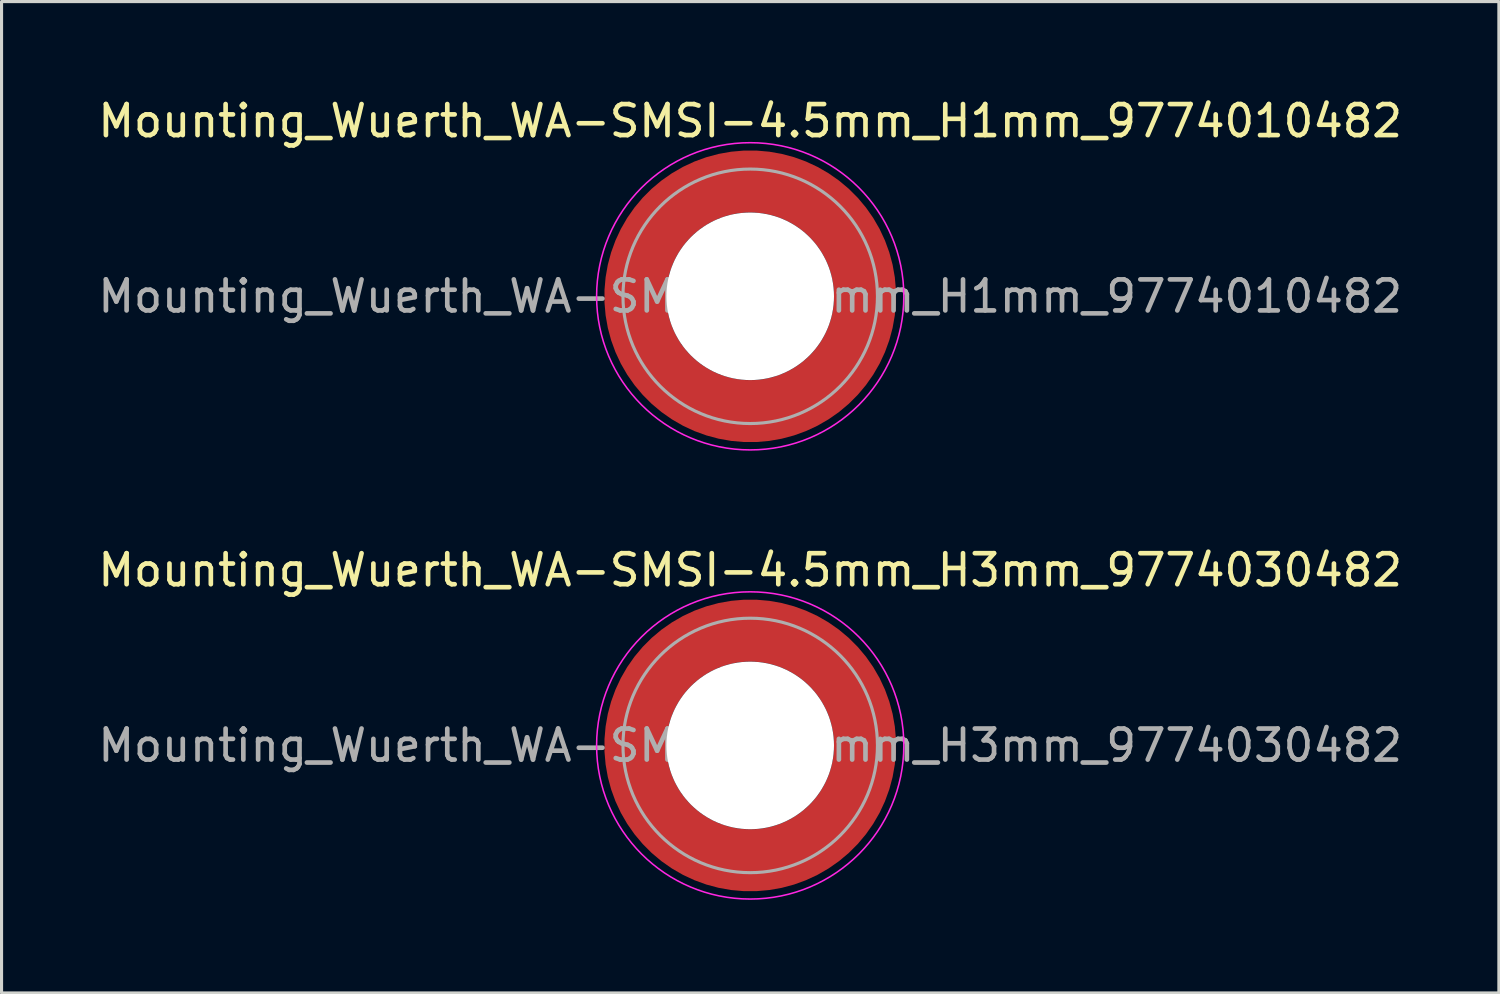
<source format=kicad_pcb>
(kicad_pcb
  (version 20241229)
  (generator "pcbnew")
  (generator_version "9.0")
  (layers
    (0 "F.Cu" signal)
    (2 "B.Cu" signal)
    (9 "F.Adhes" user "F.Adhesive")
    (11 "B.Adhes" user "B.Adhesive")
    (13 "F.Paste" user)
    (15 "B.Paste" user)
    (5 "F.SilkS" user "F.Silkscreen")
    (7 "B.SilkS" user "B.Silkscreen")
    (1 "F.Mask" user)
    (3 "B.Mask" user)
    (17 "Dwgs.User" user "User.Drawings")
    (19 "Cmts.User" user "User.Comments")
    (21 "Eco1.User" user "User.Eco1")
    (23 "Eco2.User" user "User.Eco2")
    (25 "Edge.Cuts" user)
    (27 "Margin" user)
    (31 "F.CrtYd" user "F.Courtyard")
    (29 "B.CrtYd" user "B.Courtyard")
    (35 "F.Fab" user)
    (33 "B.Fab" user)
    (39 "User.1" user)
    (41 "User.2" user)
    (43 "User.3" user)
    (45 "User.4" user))
  (footprint "Mounting_Wuerth_WA-SMSI-4.5mm_H1mm_9774010482"
    (layer "F.Cu")
    (at 21.125 6.498)
    (property "Reference" "Mounting_Wuerth_WA-SMSI-4.5mm_H1mm_9774010482" (at 0 -5.65 0) (layer "F.SilkS") (effects (font (size 1 1) (thickness 0.15))))
    (attr smd allow_soldermask_bridges)
    (fp_circle (center 0 0) (end 4.95 0) (stroke (width 0.05) (type solid)) (fill no) (layer "F.CrtYd"))
    (fp_circle (center 0 0) (end 4.1 0) (stroke (width 0.1) (type solid)) (fill no) (layer "F.Fab"))
    (fp_text user "${REFERENCE}" (at 0 0 0) (layer "F.Fab") (effects (font (size 1 1) (thickness 0.15))))
    (pad "" smd custom (at -2.607 -2.607) (size 0.948 0.948) (layers "F.Paste") (options (anchor circle)) (primitives (gr_arc (start -0.188183 2.107456) (mid 0.599273 0.599273) (end 2.107456 -0.188183) (width 0.2)) (gr_arc (start -0.289416 2.107456) (mid 0.52877 0.52877) (end 2.107456 -0.289416) (width 0.2)) (gr_arc (start -0.390547 2.107456) (mid 0.458268 0.458268) (end 2.107456 -0.390547) (width 0.2)) (gr_arc (start -0.491585 2.107456) (mid 0.387765 0.387765) (end 2.107456 -0.491585) (width 0.2)) (gr_arc (start -0.59254 2.107456) (mid 0.317262 0.317262) (end 2.107456 -0.59254) (width 0.2)) (gr_arc (start -0.693419 2.107456) (mid 0.246759 0.246759) (end 2.107456 -0.693419) (width 0.2)) (gr_arc (start -0.794229 2.107456) (mid 0.176257 0.176257) (end 2.107456 -0.794229) (width 0.2)) (gr_arc (start -0.894975 2.107456) (mid 0.105754 0.105754) (end 2.107456 -0.894975) (width 0.2)) (gr_arc (start -0.995664 2.107456) (mid 0.035251 0.035251) (end 2.107456 -0.995664) (width 0.2)) (gr_arc (start -1.0963 2.107456) (mid -0.035251 -0.035251) (end 2.107456 -1.0963) (width 0.2)) (gr_arc (start -1.196886 2.107456) (mid -0.105754 -0.105754) (end 2.107456 -1.196886) (width 0.2)) (gr_arc (start -1.297427 2.107456) (mid -0.176257 -0.176257) (end 2.107456 -1.297427) (width 0.2)) (gr_arc (start -1.397927 2.107456) (mid -0.246759 -0.246759) (end 2.107456 -1.397927) (width 0.2)) (gr_arc (start -1.498388 2.107456) (mid -0.317262 -0.317262) (end 2.107456 -1.498388) (width 0.2)) (gr_arc (start -1.598813 2.107456) (mid -0.387765 -0.387765) (end 2.107456 -1.598813) (width 0.2)) (gr_arc (start -1.699204 2.107456) (mid -0.458268 -0.458268) (end 2.107456 -1.699204) (width 0.2)) (gr_arc (start -1.799565 2.107456) (mid -0.52877 -0.52877) (end 2.107456 -1.799565) (width 0.2)) (gr_arc (start -1.899896 2.107456) (mid -0.599273 -0.599273) (end 2.107456 -1.899896) (width 0.2)) (gr_arc (start -1.899896 2.107456) (mid -0.599273 -0.599273) (end 2.107456 -1.899896) (width 0.2)) (gr_line (start 2.107 -0.188) (end 2.107 -1.9) (width 0.2)) (gr_line (start -0.188 2.107) (end -1.9 2.107) (width 0.2))))
    (pad "" smd custom (at -2.607 2.607) (size 0.948 0.948) (layers "F.Paste") (options (anchor circle)) (primitives (gr_arc (start 2.107456 0.188183) (mid 0.599273 -0.599273) (end -0.188183 -2.107456) (width 0.2)) (gr_arc (start 2.107456 0.289416) (mid 0.52877 -0.52877) (end -0.289416 -2.107456) (width 0.2)) (gr_arc (start 2.107456 0.390547) (mid 0.458268 -0.458268) (end -0.390547 -2.107456) (width 0.2)) (gr_arc (start 2.107456 0.491585) (mid 0.387765 -0.387765) (end -0.491585 -2.107456) (width 0.2)) (gr_arc (start 2.107456 0.59254) (mid 0.317262 -0.317262) (end -0.59254 -2.107456) (width 0.2)) (gr_arc (start 2.107456 0.693419) (mid 0.246759 -0.246759) (end -0.693419 -2.107456) (width 0.2)) (gr_arc (start 2.107456 0.794229) (mid 0.176257 -0.176257) (end -0.794229 -2.107456) (width 0.2)) (gr_arc (start 2.107456 0.894975) (mid 0.105754 -0.105754) (end -0.894975 -2.107456) (width 0.2)) (gr_arc (start 2.107456 0.995664) (mid 0.035251 -0.035251) (end -0.995664 -2.107456) (width 0.2)) (gr_arc (start 2.107456 1.0963) (mid -0.035251 0.035251) (end -1.0963 -2.107456) (width 0.2)) (gr_arc (start 2.107456 1.196886) (mid -0.105754 0.105754) (end -1.196886 -2.107456) (width 0.2)) (gr_arc (start 2.107456 1.297427) (mid -0.176257 0.176257) (end -1.297427 -2.107456) (width 0.2)) (gr_arc (start 2.107456 1.397927) (mid -0.246759 0.246759) (end -1.397927 -2.107456) (width 0.2)) (gr_arc (start 2.107456 1.498388) (mid -0.317262 0.317262) (end -1.498388 -2.107456) (width 0.2)) (gr_arc (start 2.107456 1.598813) (mid -0.387765 0.387765) (end -1.598813 -2.107456) (width 0.2)) (gr_arc (start 2.107456 1.699204) (mid -0.458268 0.458268) (end -1.699204 -2.107456) (width 0.2)) (gr_arc (start 2.107456 1.799565) (mid -0.52877 0.52877) (end -1.799565 -2.107456) (width 0.2)) (gr_arc (start 2.107456 1.899896) (mid -0.599273 0.599273) (end -1.899896 -2.107456) (width 0.2)) (gr_arc (start 2.107456 1.899896) (mid -0.599273 0.599273) (end -1.899896 -2.107456) (width 0.2)) (gr_line (start -0.188 -2.107) (end -1.9 -2.107) (width 0.2)) (gr_line (start 2.107 0.188) (end 2.107 1.9) (width 0.2))))
    (pad "" np_thru_hole circle (at 0 0) (size 5.4 5.4) (drill 5.4) (layers "*.Cu" "*.Mask"))
    (pad "" smd custom (at 2.607 -2.607) (size 0.948 0.948) (layers "F.Paste") (options (anchor circle)) (primitives (gr_arc (start -2.107456 -0.188183) (mid -0.599273 0.599273) (end 0.188183 2.107456) (width 0.2)) (gr_arc (start -2.107456 -0.289416) (mid -0.52877 0.52877) (end 0.289416 2.107456) (width 0.2)) (gr_arc (start -2.107456 -0.390547) (mid -0.458268 0.458268) (end 0.390547 2.107456) (width 0.2)) (gr_arc (start -2.107456 -0.491585) (mid -0.387765 0.387765) (end 0.491585 2.107456) (width 0.2)) (gr_arc (start -2.107456 -0.59254) (mid -0.317262 0.317262) (end 0.59254 2.107456) (width 0.2)) (gr_arc (start -2.107456 -0.693419) (mid -0.246759 0.246759) (end 0.693419 2.107456) (width 0.2)) (gr_arc (start -2.107456 -0.794229) (mid -0.176257 0.176257) (end 0.794229 2.107456) (width 0.2)) (gr_arc (start -2.107456 -0.894975) (mid -0.105754 0.105754) (end 0.894975 2.107456) (width 0.2)) (gr_arc (start -2.107456 -0.995664) (mid -0.035251 0.035251) (end 0.995664 2.107456) (width 0.2)) (gr_arc (start -2.107456 -1.0963) (mid 0.035251 -0.035251) (end 1.0963 2.107456) (width 0.2)) (gr_arc (start -2.107456 -1.196886) (mid 0.105754 -0.105754) (end 1.196886 2.107456) (width 0.2)) (gr_arc (start -2.107456 -1.297427) (mid 0.176257 -0.176257) (end 1.297427 2.107456) (width 0.2)) (gr_arc (start -2.107456 -1.397927) (mid 0.246759 -0.246759) (end 1.397927 2.107456) (width 0.2)) (gr_arc (start -2.107456 -1.498388) (mid 0.317262 -0.317262) (end 1.498388 2.107456) (width 0.2)) (gr_arc (start -2.107456 -1.598813) (mid 0.387765 -0.387765) (end 1.598813 2.107456) (width 0.2)) (gr_arc (start -2.107456 -1.699204) (mid 0.458268 -0.458268) (end 1.699204 2.107456) (width 0.2)) (gr_arc (start -2.107456 -1.799565) (mid 0.52877 -0.52877) (end 1.799565 2.107456) (width 0.2)) (gr_arc (start -2.107456 -1.899896) (mid 0.599273 -0.599273) (end 1.899896 2.107456) (width 0.2)) (gr_arc (start -2.107456 -1.899896) (mid 0.599273 -0.599273) (end 1.899896 2.107456) (width 0.2)) (gr_line (start 0.188 2.107) (end 1.9 2.107) (width 0.2)) (gr_line (start -2.107 -0.188) (end -2.107 -1.9) (width 0.2))))
    (pad "" smd custom (at 2.607 2.607) (size 0.948 0.948) (layers "F.Paste") (options (anchor circle)) (primitives (gr_arc (start 0.188183 -2.107456) (mid -0.599273 -0.599273) (end -2.107456 0.188183) (width 0.2)) (gr_arc (start 0.289416 -2.107456) (mid -0.52877 -0.52877) (end -2.107456 0.289416) (width 0.2)) (gr_arc (start 0.390547 -2.107456) (mid -0.458268 -0.458268) (end -2.107456 0.390547) (width 0.2)) (gr_arc (start 0.491585 -2.107456) (mid -0.387765 -0.387765) (end -2.107456 0.491585) (width 0.2)) (gr_arc (start 0.59254 -2.107456) (mid -0.317262 -0.317262) (end -2.107456 0.59254) (width 0.2)) (gr_arc (start 0.693419 -2.107456) (mid -0.246759 -0.246759) (end -2.107456 0.693419) (width 0.2)) (gr_arc (start 0.794229 -2.107456) (mid -0.176257 -0.176257) (end -2.107456 0.794229) (width 0.2)) (gr_arc (start 0.894975 -2.107456) (mid -0.105754 -0.105754) (end -2.107456 0.894975) (width 0.2)) (gr_arc (start 0.995664 -2.107456) (mid -0.035251 -0.035251) (end -2.107456 0.995664) (width 0.2)) (gr_arc (start 1.0963 -2.107456) (mid 0.035251 0.035251) (end -2.107456 1.0963) (width 0.2)) (gr_arc (start 1.196886 -2.107456) (mid 0.105754 0.105754) (end -2.107456 1.196886) (width 0.2)) (gr_arc (start 1.297427 -2.107456) (mid 0.176257 0.176257) (end -2.107456 1.297427) (width 0.2)) (gr_arc (start 1.397927 -2.107456) (mid 0.246759 0.246759) (end -2.107456 1.397927) (width 0.2)) (gr_arc (start 1.498388 -2.107456) (mid 0.317262 0.317262) (end -2.107456 1.498388) (width 0.2)) (gr_arc (start 1.598813 -2.107456) (mid 0.387765 0.387765) (end -2.107456 1.598813) (width 0.2)) (gr_arc (start 1.699204 -2.107456) (mid 0.458268 0.458268) (end -2.107456 1.699204) (width 0.2)) (gr_arc (start 1.799565 -2.107456) (mid 0.52877 0.52877) (end -2.107456 1.799565) (width 0.2)) (gr_arc (start 1.899896 -2.107456) (mid 0.599273 0.599273) (end -2.107456 1.899896) (width 0.2)) (gr_arc (start 1.899896 -2.107456) (mid 0.599273 0.599273) (end -2.107456 1.899896) (width 0.2)) (gr_line (start -2.107 0.188) (end -2.107 1.9) (width 0.2)) (gr_line (start 0.188 -2.107) (end 1.9 -2.107) (width 0.2))))
    (pad "1" smd circle (at -3.7 0) (size 1.492 1.492) (layers "F.Cu"))
    (pad "1" smd circle (at 0 -3.7) (size 1.492 1.492) (layers "F.Cu"))
    (pad "1" smd circle (at 0 3.7) (size 1.492 1.492) (layers "F.Cu"))
    (pad "1" smd custom (at 3.7 0) (size 2 2) (layers "F.Cu" "F.Mask") (options (anchor circle)) (primitives (gr_circle (center -3.7 0) (end 0 0) (width 2) (fill no)))))
  (footprint "Mounting_Wuerth_WA-SMSI-4.5mm_H3mm_9774030482"
    (layer "F.Cu")
    (at 21.125 20.971)
    (property "Reference" "Mounting_Wuerth_WA-SMSI-4.5mm_H3mm_9774030482" (at 0 -5.65 0) (layer "F.SilkS") (effects (font (size 1 1) (thickness 0.15))))
    (attr smd allow_soldermask_bridges)
    (fp_circle (center 0 0) (end 4.95 0) (stroke (width 0.05) (type solid)) (fill no) (layer "F.CrtYd"))
    (fp_circle (center 0 0) (end 4.1 0) (stroke (width 0.1) (type solid)) (fill no) (layer "F.Fab"))
    (fp_text user "${REFERENCE}" (at 0 0 0) (layer "F.Fab") (effects (font (size 1 1) (thickness 0.15))))
    (pad "" smd custom (at -2.607 -2.607) (size 0.948 0.948) (layers "F.Paste") (options (anchor circle)) (primitives (gr_arc (start -0.188183 2.107456) (mid 0.599273 0.599273) (end 2.107456 -0.188183) (width 0.2)) (gr_arc (start -0.289416 2.107456) (mid 0.52877 0.52877) (end 2.107456 -0.289416) (width 0.2)) (gr_arc (start -0.390547 2.107456) (mid 0.458268 0.458268) (end 2.107456 -0.390547) (width 0.2)) (gr_arc (start -0.491585 2.107456) (mid 0.387765 0.387765) (end 2.107456 -0.491585) (width 0.2)) (gr_arc (start -0.59254 2.107456) (mid 0.317262 0.317262) (end 2.107456 -0.59254) (width 0.2)) (gr_arc (start -0.693419 2.107456) (mid 0.246759 0.246759) (end 2.107456 -0.693419) (width 0.2)) (gr_arc (start -0.794229 2.107456) (mid 0.176257 0.176257) (end 2.107456 -0.794229) (width 0.2)) (gr_arc (start -0.894975 2.107456) (mid 0.105754 0.105754) (end 2.107456 -0.894975) (width 0.2)) (gr_arc (start -0.995664 2.107456) (mid 0.035251 0.035251) (end 2.107456 -0.995664) (width 0.2)) (gr_arc (start -1.0963 2.107456) (mid -0.035251 -0.035251) (end 2.107456 -1.0963) (width 0.2)) (gr_arc (start -1.196886 2.107456) (mid -0.105754 -0.105754) (end 2.107456 -1.196886) (width 0.2)) (gr_arc (start -1.297427 2.107456) (mid -0.176257 -0.176257) (end 2.107456 -1.297427) (width 0.2)) (gr_arc (start -1.397927 2.107456) (mid -0.246759 -0.246759) (end 2.107456 -1.397927) (width 0.2)) (gr_arc (start -1.498388 2.107456) (mid -0.317262 -0.317262) (end 2.107456 -1.498388) (width 0.2)) (gr_arc (start -1.598813 2.107456) (mid -0.387765 -0.387765) (end 2.107456 -1.598813) (width 0.2)) (gr_arc (start -1.699204 2.107456) (mid -0.458268 -0.458268) (end 2.107456 -1.699204) (width 0.2)) (gr_arc (start -1.799565 2.107456) (mid -0.52877 -0.52877) (end 2.107456 -1.799565) (width 0.2)) (gr_arc (start -1.899896 2.107456) (mid -0.599273 -0.599273) (end 2.107456 -1.899896) (width 0.2)) (gr_arc (start -1.899896 2.107456) (mid -0.599273 -0.599273) (end 2.107456 -1.899896) (width 0.2)) (gr_line (start 2.107 -0.188) (end 2.107 -1.9) (width 0.2)) (gr_line (start -0.188 2.107) (end -1.9 2.107) (width 0.2))))
    (pad "" smd custom (at -2.607 2.607) (size 0.948 0.948) (layers "F.Paste") (options (anchor circle)) (primitives (gr_arc (start 2.107456 0.188183) (mid 0.599273 -0.599273) (end -0.188183 -2.107456) (width 0.2)) (gr_arc (start 2.107456 0.289416) (mid 0.52877 -0.52877) (end -0.289416 -2.107456) (width 0.2)) (gr_arc (start 2.107456 0.390547) (mid 0.458268 -0.458268) (end -0.390547 -2.107456) (width 0.2)) (gr_arc (start 2.107456 0.491585) (mid 0.387765 -0.387765) (end -0.491585 -2.107456) (width 0.2)) (gr_arc (start 2.107456 0.59254) (mid 0.317262 -0.317262) (end -0.59254 -2.107456) (width 0.2)) (gr_arc (start 2.107456 0.693419) (mid 0.246759 -0.246759) (end -0.693419 -2.107456) (width 0.2)) (gr_arc (start 2.107456 0.794229) (mid 0.176257 -0.176257) (end -0.794229 -2.107456) (width 0.2)) (gr_arc (start 2.107456 0.894975) (mid 0.105754 -0.105754) (end -0.894975 -2.107456) (width 0.2)) (gr_arc (start 2.107456 0.995664) (mid 0.035251 -0.035251) (end -0.995664 -2.107456) (width 0.2)) (gr_arc (start 2.107456 1.0963) (mid -0.035251 0.035251) (end -1.0963 -2.107456) (width 0.2)) (gr_arc (start 2.107456 1.196886) (mid -0.105754 0.105754) (end -1.196886 -2.107456) (width 0.2)) (gr_arc (start 2.107456 1.297427) (mid -0.176257 0.176257) (end -1.297427 -2.107456) (width 0.2)) (gr_arc (start 2.107456 1.397927) (mid -0.246759 0.246759) (end -1.397927 -2.107456) (width 0.2)) (gr_arc (start 2.107456 1.498388) (mid -0.317262 0.317262) (end -1.498388 -2.107456) (width 0.2)) (gr_arc (start 2.107456 1.598813) (mid -0.387765 0.387765) (end -1.598813 -2.107456) (width 0.2)) (gr_arc (start 2.107456 1.699204) (mid -0.458268 0.458268) (end -1.699204 -2.107456) (width 0.2)) (gr_arc (start 2.107456 1.799565) (mid -0.52877 0.52877) (end -1.799565 -2.107456) (width 0.2)) (gr_arc (start 2.107456 1.899896) (mid -0.599273 0.599273) (end -1.899896 -2.107456) (width 0.2)) (gr_arc (start 2.107456 1.899896) (mid -0.599273 0.599273) (end -1.899896 -2.107456) (width 0.2)) (gr_line (start -0.188 -2.107) (end -1.9 -2.107) (width 0.2)) (gr_line (start 2.107 0.188) (end 2.107 1.9) (width 0.2))))
    (pad "" np_thru_hole circle (at 0 0) (size 5.4 5.4) (drill 5.4) (layers "*.Cu" "*.Mask"))
    (pad "" smd custom (at 2.607 -2.607) (size 0.948 0.948) (layers "F.Paste") (options (anchor circle)) (primitives (gr_arc (start -2.107456 -0.188183) (mid -0.599273 0.599273) (end 0.188183 2.107456) (width 0.2)) (gr_arc (start -2.107456 -0.289416) (mid -0.52877 0.52877) (end 0.289416 2.107456) (width 0.2)) (gr_arc (start -2.107456 -0.390547) (mid -0.458268 0.458268) (end 0.390547 2.107456) (width 0.2)) (gr_arc (start -2.107456 -0.491585) (mid -0.387765 0.387765) (end 0.491585 2.107456) (width 0.2)) (gr_arc (start -2.107456 -0.59254) (mid -0.317262 0.317262) (end 0.59254 2.107456) (width 0.2)) (gr_arc (start -2.107456 -0.693419) (mid -0.246759 0.246759) (end 0.693419 2.107456) (width 0.2)) (gr_arc (start -2.107456 -0.794229) (mid -0.176257 0.176257) (end 0.794229 2.107456) (width 0.2)) (gr_arc (start -2.107456 -0.894975) (mid -0.105754 0.105754) (end 0.894975 2.107456) (width 0.2)) (gr_arc (start -2.107456 -0.995664) (mid -0.035251 0.035251) (end 0.995664 2.107456) (width 0.2)) (gr_arc (start -2.107456 -1.0963) (mid 0.035251 -0.035251) (end 1.0963 2.107456) (width 0.2)) (gr_arc (start -2.107456 -1.196886) (mid 0.105754 -0.105754) (end 1.196886 2.107456) (width 0.2)) (gr_arc (start -2.107456 -1.297427) (mid 0.176257 -0.176257) (end 1.297427 2.107456) (width 0.2)) (gr_arc (start -2.107456 -1.397927) (mid 0.246759 -0.246759) (end 1.397927 2.107456) (width 0.2)) (gr_arc (start -2.107456 -1.498388) (mid 0.317262 -0.317262) (end 1.498388 2.107456) (width 0.2)) (gr_arc (start -2.107456 -1.598813) (mid 0.387765 -0.387765) (end 1.598813 2.107456) (width 0.2)) (gr_arc (start -2.107456 -1.699204) (mid 0.458268 -0.458268) (end 1.699204 2.107456) (width 0.2)) (gr_arc (start -2.107456 -1.799565) (mid 0.52877 -0.52877) (end 1.799565 2.107456) (width 0.2)) (gr_arc (start -2.107456 -1.899896) (mid 0.599273 -0.599273) (end 1.899896 2.107456) (width 0.2)) (gr_arc (start -2.107456 -1.899896) (mid 0.599273 -0.599273) (end 1.899896 2.107456) (width 0.2)) (gr_line (start 0.188 2.107) (end 1.9 2.107) (width 0.2)) (gr_line (start -2.107 -0.188) (end -2.107 -1.9) (width 0.2))))
    (pad "" smd custom (at 2.607 2.607) (size 0.948 0.948) (layers "F.Paste") (options (anchor circle)) (primitives (gr_arc (start 0.188183 -2.107456) (mid -0.599273 -0.599273) (end -2.107456 0.188183) (width 0.2)) (gr_arc (start 0.289416 -2.107456) (mid -0.52877 -0.52877) (end -2.107456 0.289416) (width 0.2)) (gr_arc (start 0.390547 -2.107456) (mid -0.458268 -0.458268) (end -2.107456 0.390547) (width 0.2)) (gr_arc (start 0.491585 -2.107456) (mid -0.387765 -0.387765) (end -2.107456 0.491585) (width 0.2)) (gr_arc (start 0.59254 -2.107456) (mid -0.317262 -0.317262) (end -2.107456 0.59254) (width 0.2)) (gr_arc (start 0.693419 -2.107456) (mid -0.246759 -0.246759) (end -2.107456 0.693419) (width 0.2)) (gr_arc (start 0.794229 -2.107456) (mid -0.176257 -0.176257) (end -2.107456 0.794229) (width 0.2)) (gr_arc (start 0.894975 -2.107456) (mid -0.105754 -0.105754) (end -2.107456 0.894975) (width 0.2)) (gr_arc (start 0.995664 -2.107456) (mid -0.035251 -0.035251) (end -2.107456 0.995664) (width 0.2)) (gr_arc (start 1.0963 -2.107456) (mid 0.035251 0.035251) (end -2.107456 1.0963) (width 0.2)) (gr_arc (start 1.196886 -2.107456) (mid 0.105754 0.105754) (end -2.107456 1.196886) (width 0.2)) (gr_arc (start 1.297427 -2.107456) (mid 0.176257 0.176257) (end -2.107456 1.297427) (width 0.2)) (gr_arc (start 1.397927 -2.107456) (mid 0.246759 0.246759) (end -2.107456 1.397927) (width 0.2)) (gr_arc (start 1.498388 -2.107456) (mid 0.317262 0.317262) (end -2.107456 1.498388) (width 0.2)) (gr_arc (start 1.598813 -2.107456) (mid 0.387765 0.387765) (end -2.107456 1.598813) (width 0.2)) (gr_arc (start 1.699204 -2.107456) (mid 0.458268 0.458268) (end -2.107456 1.699204) (width 0.2)) (gr_arc (start 1.799565 -2.107456) (mid 0.52877 0.52877) (end -2.107456 1.799565) (width 0.2)) (gr_arc (start 1.899896 -2.107456) (mid 0.599273 0.599273) (end -2.107456 1.899896) (width 0.2)) (gr_arc (start 1.899896 -2.107456) (mid 0.599273 0.599273) (end -2.107456 1.899896) (width 0.2)) (gr_line (start -2.107 0.188) (end -2.107 1.9) (width 0.2)) (gr_line (start 0.188 -2.107) (end 1.9 -2.107) (width 0.2))))
    (pad "1" smd circle (at -3.7 0) (size 1.492 1.492) (layers "F.Cu"))
    (pad "1" smd circle (at 0 -3.7) (size 1.492 1.492) (layers "F.Cu"))
    (pad "1" smd circle (at 0 3.7) (size 1.492 1.492) (layers "F.Cu"))
    (pad "1" smd custom (at 3.7 0) (size 2 2) (layers "F.Cu" "F.Mask") (options (anchor circle)) (primitives (gr_circle (center -3.7 0) (end 0 0) (width 2) (fill no)))))
  (gr_rect
    (start -3 -3)
    (end 45.25 28.947)
    (stroke (width 0.1) (type default))
    (fill no)
    (layer "Edge.Cuts")))
</source>
